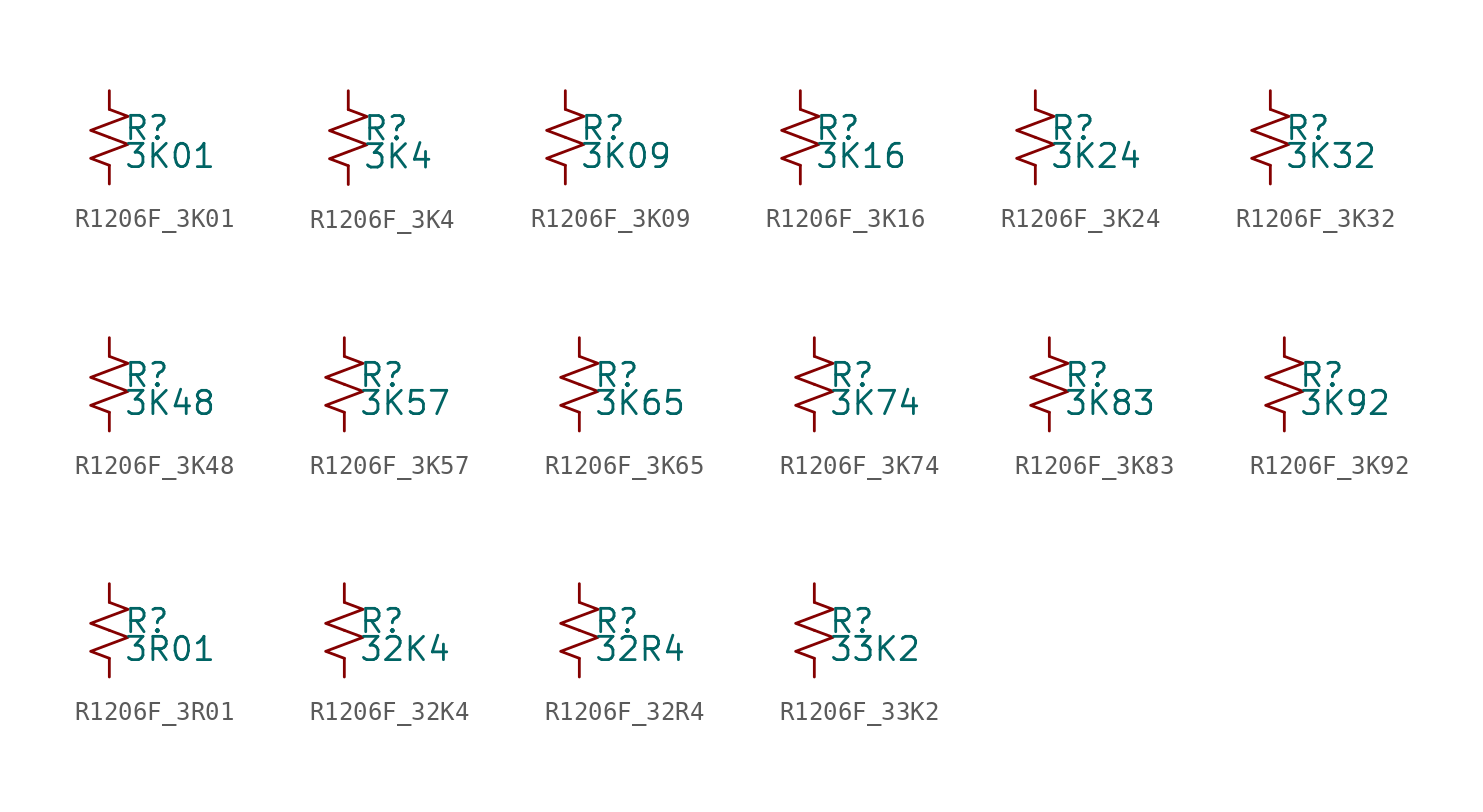
<source format=kicad_sym>
(kicad_symbol_lib
  (version 20220914)
  (generator kicad_symbol_editor)
  (symbol "R1206F_3K01"
    (pin_numbers hide)
    (pin_names
      (offset 0.254) hide)
    (property "Reference" "R"
      (at 0.762 0.508 0)
      (effects (font (size 1.27 1.27)) (justify left)))
    (property "Value" "3K01"
      (at 0.762 -1.016 0)
      (effects (font (size 1.27 1.27)) (justify left)))
    (symbol "R1206F_3K01_1_1"
      (polyline (pts (xy 0 0) (xy 1.016 -0.381) (xy 0 -0.762) (xy -1.016 -1.143) (xy 0 -1.524)) (stroke (width 0) (type default)) (fill (type none)))
      (polyline (pts (xy 0 1.524) (xy 1.016 1.143) (xy 0 0.762) (xy -1.016 0.381) (xy 0 0)) (stroke (width 0) (type default)) (fill (type none)))
      (pin passive line (at 0 2.54 270) (length 1.016) (name "~" (effects (font (size 1.27 1.27)))) (number "1" (effects (font (size 1.27 1.27)))))
      (pin passive line (at 0 -2.54 90) (length 1.016) (name "~" (effects (font (size 1.27 1.27)))) (number "2" (effects (font (size 1.27 1.27)))))))
  (symbol "R1206F_3K4"
    (pin_numbers hide)
    (pin_names
      (offset 0.254) hide)
    (property "Reference" "R"
      (at 0.762 0.508 0)
      (effects (font (size 1.27 1.27)) (justify left)))
    (property "Value" "3K4"
      (at 0.762 -1.016 0)
      (effects (font (size 1.27 1.27)) (justify left)))
    (symbol "R1206F_3K4_1_1"
      (polyline (pts (xy 0 0) (xy 1.016 -0.381) (xy 0 -0.762) (xy -1.016 -1.143) (xy 0 -1.524)) (stroke (width 0) (type default)) (fill (type none)))
      (polyline (pts (xy 0 1.524) (xy 1.016 1.143) (xy 0 0.762) (xy -1.016 0.381) (xy 0 0)) (stroke (width 0) (type default)) (fill (type none)))
      (pin passive line (at 0 2.54 270) (length 1.016) (name "~" (effects (font (size 1.27 1.27)))) (number "1" (effects (font (size 1.27 1.27)))))
      (pin passive line (at 0 -2.54 90) (length 1.016) (name "~" (effects (font (size 1.27 1.27)))) (number "2" (effects (font (size 1.27 1.27)))))))
  (symbol "R1206F_3K09"
    (pin_numbers hide)
    (pin_names
      (offset 0.254) hide)
    (property "Reference" "R"
      (at 0.762 0.508 0)
      (effects (font (size 1.27 1.27)) (justify left)))
    (property "Value" "3K09"
      (at 0.762 -1.016 0)
      (effects (font (size 1.27 1.27)) (justify left)))
    (symbol "R1206F_3K09_1_1"
      (polyline (pts (xy 0 0) (xy 1.016 -0.381) (xy 0 -0.762) (xy -1.016 -1.143) (xy 0 -1.524)) (stroke (width 0) (type default)) (fill (type none)))
      (polyline (pts (xy 0 1.524) (xy 1.016 1.143) (xy 0 0.762) (xy -1.016 0.381) (xy 0 0)) (stroke (width 0) (type default)) (fill (type none)))
      (pin passive line (at 0 2.54 270) (length 1.016) (name "~" (effects (font (size 1.27 1.27)))) (number "1" (effects (font (size 1.27 1.27)))))
      (pin passive line (at 0 -2.54 90) (length 1.016) (name "~" (effects (font (size 1.27 1.27)))) (number "2" (effects (font (size 1.27 1.27)))))))
  (symbol "R1206F_3K16"
    (pin_numbers hide)
    (pin_names
      (offset 0.254) hide)
    (property "Reference" "R"
      (at 0.762 0.508 0)
      (effects (font (size 1.27 1.27)) (justify left)))
    (property "Value" "3K16"
      (at 0.762 -1.016 0)
      (effects (font (size 1.27 1.27)) (justify left)))
    (symbol "R1206F_3K16_1_1"
      (polyline (pts (xy 0 0) (xy 1.016 -0.381) (xy 0 -0.762) (xy -1.016 -1.143) (xy 0 -1.524)) (stroke (width 0) (type default)) (fill (type none)))
      (polyline (pts (xy 0 1.524) (xy 1.016 1.143) (xy 0 0.762) (xy -1.016 0.381) (xy 0 0)) (stroke (width 0) (type default)) (fill (type none)))
      (pin passive line (at 0 2.54 270) (length 1.016) (name "~" (effects (font (size 1.27 1.27)))) (number "1" (effects (font (size 1.27 1.27)))))
      (pin passive line (at 0 -2.54 90) (length 1.016) (name "~" (effects (font (size 1.27 1.27)))) (number "2" (effects (font (size 1.27 1.27)))))))
  (symbol "R1206F_3K24"
    (pin_numbers hide)
    (pin_names
      (offset 0.254) hide)
    (property "Reference" "R"
      (at 0.762 0.508 0)
      (effects (font (size 1.27 1.27)) (justify left)))
    (property "Value" "3K24"
      (at 0.762 -1.016 0)
      (effects (font (size 1.27 1.27)) (justify left)))
    (symbol "R1206F_3K24_1_1"
      (polyline (pts (xy 0 0) (xy 1.016 -0.381) (xy 0 -0.762) (xy -1.016 -1.143) (xy 0 -1.524)) (stroke (width 0) (type default)) (fill (type none)))
      (polyline (pts (xy 0 1.524) (xy 1.016 1.143) (xy 0 0.762) (xy -1.016 0.381) (xy 0 0)) (stroke (width 0) (type default)) (fill (type none)))
      (pin passive line (at 0 2.54 270) (length 1.016) (name "~" (effects (font (size 1.27 1.27)))) (number "1" (effects (font (size 1.27 1.27)))))
      (pin passive line (at 0 -2.54 90) (length 1.016) (name "~" (effects (font (size 1.27 1.27)))) (number "2" (effects (font (size 1.27 1.27)))))))
  (symbol "R1206F_3K32"
    (pin_numbers hide)
    (pin_names
      (offset 0.254) hide)
    (property "Reference" "R"
      (at 0.762 0.508 0)
      (effects (font (size 1.27 1.27)) (justify left)))
    (property "Value" "3K32"
      (at 0.762 -1.016 0)
      (effects (font (size 1.27 1.27)) (justify left)))
    (symbol "R1206F_3K32_1_1"
      (polyline (pts (xy 0 0) (xy 1.016 -0.381) (xy 0 -0.762) (xy -1.016 -1.143) (xy 0 -1.524)) (stroke (width 0) (type default)) (fill (type none)))
      (polyline (pts (xy 0 1.524) (xy 1.016 1.143) (xy 0 0.762) (xy -1.016 0.381) (xy 0 0)) (stroke (width 0) (type default)) (fill (type none)))
      (pin passive line (at 0 2.54 270) (length 1.016) (name "~" (effects (font (size 1.27 1.27)))) (number "1" (effects (font (size 1.27 1.27)))))
      (pin passive line (at 0 -2.54 90) (length 1.016) (name "~" (effects (font (size 1.27 1.27)))) (number "2" (effects (font (size 1.27 1.27)))))))
  (symbol "R1206F_3K48"
    (pin_numbers hide)
    (pin_names
      (offset 0.254) hide)
    (property "Reference" "R"
      (at 0.762 0.508 0)
      (effects (font (size 1.27 1.27)) (justify left)))
    (property "Value" "3K48"
      (at 0.762 -1.016 0)
      (effects (font (size 1.27 1.27)) (justify left)))
    (symbol "R1206F_3K48_1_1"
      (polyline (pts (xy 0 0) (xy 1.016 -0.381) (xy 0 -0.762) (xy -1.016 -1.143) (xy 0 -1.524)) (stroke (width 0) (type default)) (fill (type none)))
      (polyline (pts (xy 0 1.524) (xy 1.016 1.143) (xy 0 0.762) (xy -1.016 0.381) (xy 0 0)) (stroke (width 0) (type default)) (fill (type none)))
      (pin passive line (at 0 2.54 270) (length 1.016) (name "~" (effects (font (size 1.27 1.27)))) (number "1" (effects (font (size 1.27 1.27)))))
      (pin passive line (at 0 -2.54 90) (length 1.016) (name "~" (effects (font (size 1.27 1.27)))) (number "2" (effects (font (size 1.27 1.27)))))))
  (symbol "R1206F_3K57"
    (pin_numbers hide)
    (pin_names
      (offset 0.254) hide)
    (property "Reference" "R"
      (at 0.762 0.508 0)
      (effects (font (size 1.27 1.27)) (justify left)))
    (property "Value" "3K57"
      (at 0.762 -1.016 0)
      (effects (font (size 1.27 1.27)) (justify left)))
    (symbol "R1206F_3K57_1_1"
      (polyline (pts (xy 0 0) (xy 1.016 -0.381) (xy 0 -0.762) (xy -1.016 -1.143) (xy 0 -1.524)) (stroke (width 0) (type default)) (fill (type none)))
      (polyline (pts (xy 0 1.524) (xy 1.016 1.143) (xy 0 0.762) (xy -1.016 0.381) (xy 0 0)) (stroke (width 0) (type default)) (fill (type none)))
      (pin passive line (at 0 2.54 270) (length 1.016) (name "~" (effects (font (size 1.27 1.27)))) (number "1" (effects (font (size 1.27 1.27)))))
      (pin passive line (at 0 -2.54 90) (length 1.016) (name "~" (effects (font (size 1.27 1.27)))) (number "2" (effects (font (size 1.27 1.27)))))))
  (symbol "R1206F_3K65"
    (pin_numbers hide)
    (pin_names
      (offset 0.254) hide)
    (property "Reference" "R"
      (at 0.762 0.508 0)
      (effects (font (size 1.27 1.27)) (justify left)))
    (property "Value" "3K65"
      (at 0.762 -1.016 0)
      (effects (font (size 1.27 1.27)) (justify left)))
    (symbol "R1206F_3K65_1_1"
      (polyline (pts (xy 0 0) (xy 1.016 -0.381) (xy 0 -0.762) (xy -1.016 -1.143) (xy 0 -1.524)) (stroke (width 0) (type default)) (fill (type none)))
      (polyline (pts (xy 0 1.524) (xy 1.016 1.143) (xy 0 0.762) (xy -1.016 0.381) (xy 0 0)) (stroke (width 0) (type default)) (fill (type none)))
      (pin passive line (at 0 2.54 270) (length 1.016) (name "~" (effects (font (size 1.27 1.27)))) (number "1" (effects (font (size 1.27 1.27)))))
      (pin passive line (at 0 -2.54 90) (length 1.016) (name "~" (effects (font (size 1.27 1.27)))) (number "2" (effects (font (size 1.27 1.27)))))))
  (symbol "R1206F_3K74"
    (pin_numbers hide)
    (pin_names
      (offset 0.254) hide)
    (property "Reference" "R"
      (at 0.762 0.508 0)
      (effects (font (size 1.27 1.27)) (justify left)))
    (property "Value" "3K74"
      (at 0.762 -1.016 0)
      (effects (font (size 1.27 1.27)) (justify left)))
    (symbol "R1206F_3K74_1_1"
      (polyline (pts (xy 0 0) (xy 1.016 -0.381) (xy 0 -0.762) (xy -1.016 -1.143) (xy 0 -1.524)) (stroke (width 0) (type default)) (fill (type none)))
      (polyline (pts (xy 0 1.524) (xy 1.016 1.143) (xy 0 0.762) (xy -1.016 0.381) (xy 0 0)) (stroke (width 0) (type default)) (fill (type none)))
      (pin passive line (at 0 2.54 270) (length 1.016) (name "~" (effects (font (size 1.27 1.27)))) (number "1" (effects (font (size 1.27 1.27)))))
      (pin passive line (at 0 -2.54 90) (length 1.016) (name "~" (effects (font (size 1.27 1.27)))) (number "2" (effects (font (size 1.27 1.27)))))))
  (symbol "R1206F_3K83"
    (pin_numbers hide)
    (pin_names
      (offset 0.254) hide)
    (property "Reference" "R"
      (at 0.762 0.508 0)
      (effects (font (size 1.27 1.27)) (justify left)))
    (property "Value" "3K83"
      (at 0.762 -1.016 0)
      (effects (font (size 1.27 1.27)) (justify left)))
    (symbol "R1206F_3K83_1_1"
      (polyline (pts (xy 0 0) (xy 1.016 -0.381) (xy 0 -0.762) (xy -1.016 -1.143) (xy 0 -1.524)) (stroke (width 0) (type default)) (fill (type none)))
      (polyline (pts (xy 0 1.524) (xy 1.016 1.143) (xy 0 0.762) (xy -1.016 0.381) (xy 0 0)) (stroke (width 0) (type default)) (fill (type none)))
      (pin passive line (at 0 2.54 270) (length 1.016) (name "~" (effects (font (size 1.27 1.27)))) (number "1" (effects (font (size 1.27 1.27)))))
      (pin passive line (at 0 -2.54 90) (length 1.016) (name "~" (effects (font (size 1.27 1.27)))) (number "2" (effects (font (size 1.27 1.27)))))))
  (symbol "R1206F_3K92"
    (pin_numbers hide)
    (pin_names
      (offset 0.254) hide)
    (property "Reference" "R"
      (at 0.762 0.508 0)
      (effects (font (size 1.27 1.27)) (justify left)))
    (property "Value" "3K92"
      (at 0.762 -1.016 0)
      (effects (font (size 1.27 1.27)) (justify left)))
    (symbol "R1206F_3K92_1_1"
      (polyline (pts (xy 0 0) (xy 1.016 -0.381) (xy 0 -0.762) (xy -1.016 -1.143) (xy 0 -1.524)) (stroke (width 0) (type default)) (fill (type none)))
      (polyline (pts (xy 0 1.524) (xy 1.016 1.143) (xy 0 0.762) (xy -1.016 0.381) (xy 0 0)) (stroke (width 0) (type default)) (fill (type none)))
      (pin passive line (at 0 2.54 270) (length 1.016) (name "~" (effects (font (size 1.27 1.27)))) (number "1" (effects (font (size 1.27 1.27)))))
      (pin passive line (at 0 -2.54 90) (length 1.016) (name "~" (effects (font (size 1.27 1.27)))) (number "2" (effects (font (size 1.27 1.27)))))))
  (symbol "R1206F_3R01"
    (pin_numbers hide)
    (pin_names
      (offset 0.254) hide)
    (property "Reference" "R"
      (at 0.762 0.508 0)
      (effects (font (size 1.27 1.27)) (justify left)))
    (property "Value" "3R01"
      (at 0.762 -1.016 0)
      (effects (font (size 1.27 1.27)) (justify left)))
    (symbol "R1206F_3R01_1_1"
      (polyline (pts (xy 0 0) (xy 1.016 -0.381) (xy 0 -0.762) (xy -1.016 -1.143) (xy 0 -1.524)) (stroke (width 0) (type default)) (fill (type none)))
      (polyline (pts (xy 0 1.524) (xy 1.016 1.143) (xy 0 0.762) (xy -1.016 0.381) (xy 0 0)) (stroke (width 0) (type default)) (fill (type none)))
      (pin passive line (at 0 2.54 270) (length 1.016) (name "~" (effects (font (size 1.27 1.27)))) (number "1" (effects (font (size 1.27 1.27)))))
      (pin passive line (at 0 -2.54 90) (length 1.016) (name "~" (effects (font (size 1.27 1.27)))) (number "2" (effects (font (size 1.27 1.27)))))))
  (symbol "R1206F_32K4"
    (pin_numbers hide)
    (pin_names
      (offset 0.254) hide)
    (property "Reference" "R"
      (at 0.762 0.508 0)
      (effects (font (size 1.27 1.27)) (justify left)))
    (property "Value" "32K4"
      (at 0.762 -1.016 0)
      (effects (font (size 1.27 1.27)) (justify left)))
    (symbol "R1206F_32K4_1_1"
      (polyline (pts (xy 0 0) (xy 1.016 -0.381) (xy 0 -0.762) (xy -1.016 -1.143) (xy 0 -1.524)) (stroke (width 0) (type default)) (fill (type none)))
      (polyline (pts (xy 0 1.524) (xy 1.016 1.143) (xy 0 0.762) (xy -1.016 0.381) (xy 0 0)) (stroke (width 0) (type default)) (fill (type none)))
      (pin passive line (at 0 2.54 270) (length 1.016) (name "~" (effects (font (size 1.27 1.27)))) (number "1" (effects (font (size 1.27 1.27)))))
      (pin passive line (at 0 -2.54 90) (length 1.016) (name "~" (effects (font (size 1.27 1.27)))) (number "2" (effects (font (size 1.27 1.27)))))))
  (symbol "R1206F_32R4"
    (pin_numbers hide)
    (pin_names
      (offset 0.254) hide)
    (property "Reference" "R"
      (at 0.762 0.508 0)
      (effects (font (size 1.27 1.27)) (justify left)))
    (property "Value" "32R4"
      (at 0.762 -1.016 0)
      (effects (font (size 1.27 1.27)) (justify left)))
    (symbol "R1206F_32R4_1_1"
      (polyline (pts (xy 0 0) (xy 1.016 -0.381) (xy 0 -0.762) (xy -1.016 -1.143) (xy 0 -1.524)) (stroke (width 0) (type default)) (fill (type none)))
      (polyline (pts (xy 0 1.524) (xy 1.016 1.143) (xy 0 0.762) (xy -1.016 0.381) (xy 0 0)) (stroke (width 0) (type default)) (fill (type none)))
      (pin passive line (at 0 2.54 270) (length 1.016) (name "~" (effects (font (size 1.27 1.27)))) (number "1" (effects (font (size 1.27 1.27)))))
      (pin passive line (at 0 -2.54 90) (length 1.016) (name "~" (effects (font (size 1.27 1.27)))) (number "2" (effects (font (size 1.27 1.27)))))))
  (symbol "R1206F_33K2"
    (pin_numbers hide)
    (pin_names
      (offset 0.254) hide)
    (property "Reference" "R"
      (at 0.762 0.508 0)
      (effects (font (size 1.27 1.27)) (justify left)))
    (property "Value" "33K2"
      (at 0.762 -1.016 0)
      (effects (font (size 1.27 1.27)) (justify left)))
    (symbol "R1206F_33K2_1_1"
      (polyline (pts (xy 0 0) (xy 1.016 -0.381) (xy 0 -0.762) (xy -1.016 -1.143) (xy 0 -1.524)) (stroke (width 0) (type default)) (fill (type none)))
      (polyline (pts (xy 0 1.524) (xy 1.016 1.143) (xy 0 0.762) (xy -1.016 0.381) (xy 0 0)) (stroke (width 0) (type default)) (fill (type none)))
      (pin passive line (at 0 2.54 270) (length 1.016) (name "~" (effects (font (size 1.27 1.27)))) (number "1" (effects (font (size 1.27 1.27)))))
      (pin passive line (at 0 -2.54 90) (length 1.016) (name "~" (effects (font (size 1.27 1.27)))) (number "2" (effects (font (size 1.27 1.27))))))))
</source>
